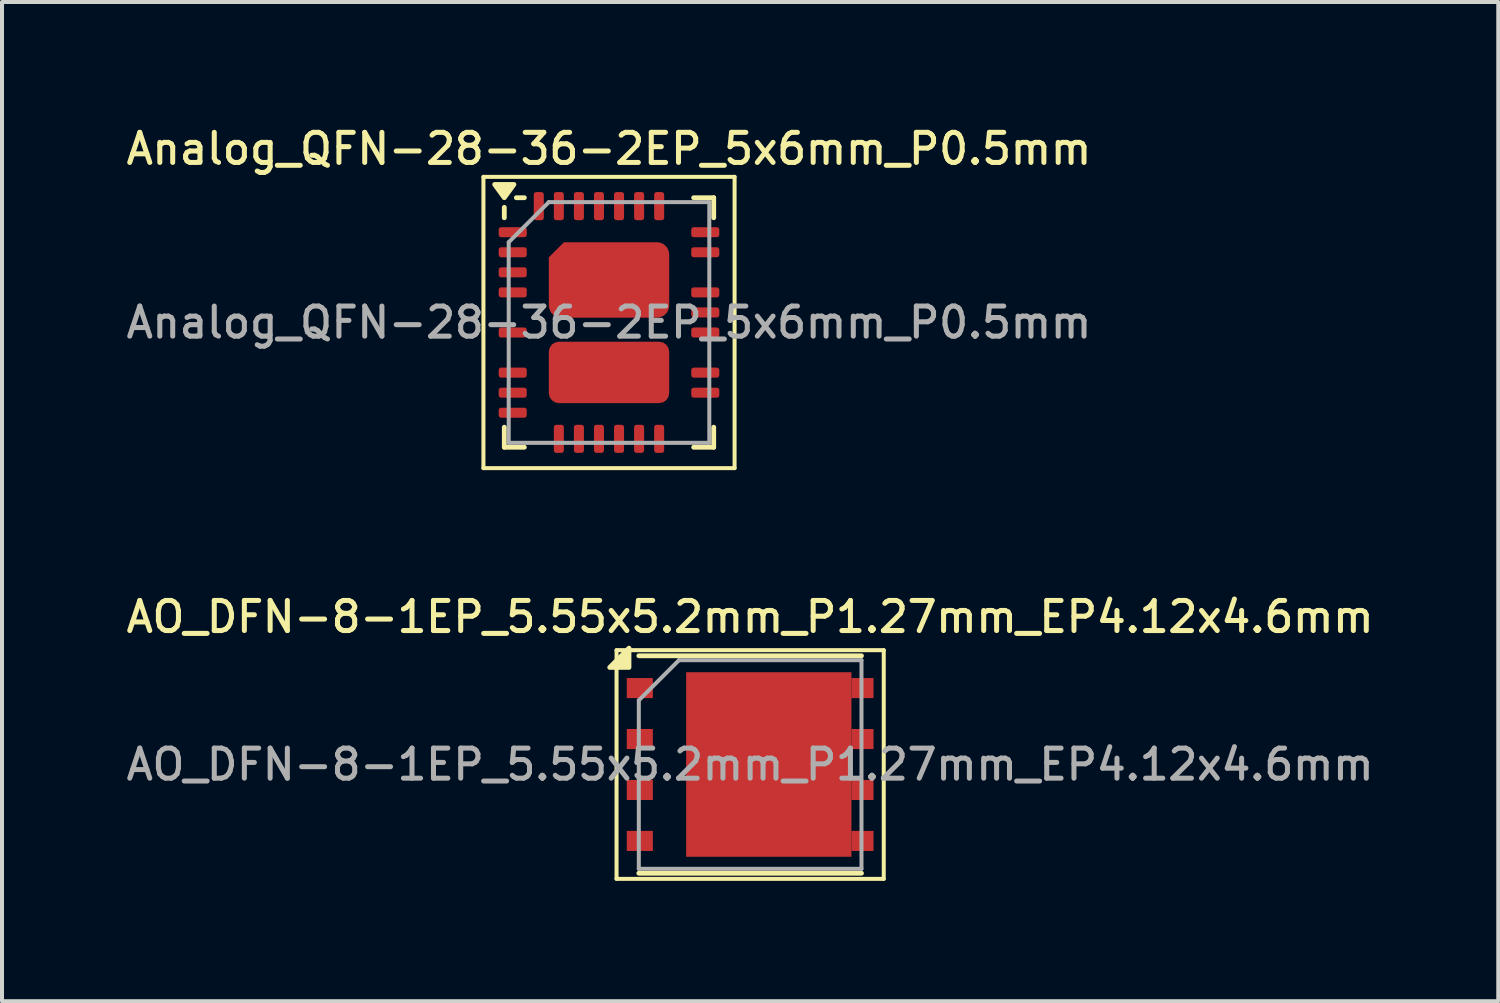
<source format=kicad_pcb>
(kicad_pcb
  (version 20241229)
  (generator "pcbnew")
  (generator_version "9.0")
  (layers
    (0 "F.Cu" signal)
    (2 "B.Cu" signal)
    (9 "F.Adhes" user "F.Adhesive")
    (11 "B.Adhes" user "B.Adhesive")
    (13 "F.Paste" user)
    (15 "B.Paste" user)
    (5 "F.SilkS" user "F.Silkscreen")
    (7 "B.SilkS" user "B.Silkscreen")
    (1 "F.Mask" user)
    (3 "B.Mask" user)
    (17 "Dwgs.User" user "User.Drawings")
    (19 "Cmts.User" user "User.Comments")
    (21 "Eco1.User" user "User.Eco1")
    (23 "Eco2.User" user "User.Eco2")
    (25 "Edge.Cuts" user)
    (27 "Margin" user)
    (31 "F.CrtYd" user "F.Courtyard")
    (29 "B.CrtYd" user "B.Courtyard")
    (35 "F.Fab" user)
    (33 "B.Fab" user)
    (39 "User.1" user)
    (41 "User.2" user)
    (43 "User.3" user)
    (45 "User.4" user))
  (footprint "Analog_QFN-28-36-2EP_5x6mm_P0.5mm"
    (layer "F.Cu")
    (at 12.13 4.988)
    (property "Reference" "Analog_QFN-28-36-2EP_5x6mm_P0.5mm" (at 0 -4.33 0) (layer "F.SilkS") (effects (font (size 0.75 0.75) (thickness 0.125))))
    (attr smd)
    (fp_line (start -3.13 -3.63) (end -3.13 3.63) (stroke (width 0.1) (type solid)) (layer "F.SilkS"))
    (fp_line (start -3.13 3.63) (end 3.13 3.63) (stroke (width 0.1) (type solid)) (layer "F.SilkS"))
    (fp_line (start -2.61 -2.61) (end -2.61 -2.87) (stroke (width 0.12) (type solid)) (layer "F.SilkS"))
    (fp_line (start -2.61 3.11) (end -2.61 2.61) (stroke (width 0.12) (type solid)) (layer "F.SilkS"))
    (fp_line (start -2.11 -3.11) (end -2.31 -3.11) (stroke (width 0.12) (type solid)) (layer "F.SilkS"))
    (fp_line (start -2.11 3.11) (end -2.61 3.11) (stroke (width 0.12) (type solid)) (layer "F.SilkS"))
    (fp_line (start 2.11 -3.11) (end 2.61 -3.11) (stroke (width 0.12) (type solid)) (layer "F.SilkS"))
    (fp_line (start 2.11 3.11) (end 2.61 3.11) (stroke (width 0.12) (type solid)) (layer "F.SilkS"))
    (fp_line (start 2.61 -3.11) (end 2.61 -2.61) (stroke (width 0.12) (type solid)) (layer "F.SilkS"))
    (fp_line (start 2.61 3.11) (end 2.61 2.61) (stroke (width 0.12) (type solid)) (layer "F.SilkS"))
    (fp_line (start 3.13 -3.63) (end -3.13 -3.63) (stroke (width 0.1) (type solid)) (layer "F.SilkS"))
    (fp_line (start 3.13 3.63) (end 3.13 -3.63) (stroke (width 0.1) (type solid)) (layer "F.SilkS"))
    (fp_poly (pts (xy -2.61 -3.11) (xy -2.85 -3.44) (xy -2.37 -3.44) (xy -2.61 -3.11)) (stroke (width 0.12) (type solid)) (fill yes) (layer "F.SilkS"))
    (fp_line (start -2.5 -2) (end -1.5 -3) (stroke (width 0.1) (type solid)) (layer "F.Fab"))
    (fp_line (start -2.5 3) (end -2.5 -2) (stroke (width 0.1) (type solid)) (layer "F.Fab"))
    (fp_line (start -1.5 -3) (end 2.5 -3) (stroke (width 0.1) (type solid)) (layer "F.Fab"))
    (fp_line (start 2.5 -3) (end 2.5 3) (stroke (width 0.1) (type solid)) (layer "F.Fab"))
    (fp_line (start 2.5 3) (end -2.5 3) (stroke (width 0.1) (type solid)) (layer "F.Fab"))
    (fp_text user "${REFERENCE}" (at 0 0 0) (layer "F.Fab") (effects (font (size 0.75 0.75) (thickness 0.125))))
    (pad "" smd roundrect (at -0.75 -1.53) (size 1.21 0.76) (layers "F.Paste") (roundrect_rratio 0.25) (chamfer_ratio 0.4) (chamfer top_left))
    (pad "" smd roundrect (at -0.75 -0.59) (size 1.21 0.76) (layers "F.Paste") (roundrect_rratio 0.25))
    (pad "" smd roundrect (at -0.748 0.875) (size 1.205 0.55) (layers "F.Paste") (roundrect_rratio 0.25))
    (pad "" smd roundrect (at -0.748 1.625) (size 1.205 0.55) (layers "F.Paste") (roundrect_rratio 0.25))
    (pad "" smd roundrect (at 0.748 0.875) (size 1.205 0.55) (layers "F.Paste") (roundrect_rratio 0.25))
    (pad "" smd roundrect (at 0.748 1.625) (size 1.205 0.55) (layers "F.Paste") (roundrect_rratio 0.25))
    (pad "" smd roundrect (at 0.75 -1.53) (size 1.21 0.76) (layers "F.Paste") (roundrect_rratio 0.25))
    (pad "" smd roundrect (at 0.75 -0.59) (size 1.21 0.76) (layers "F.Paste") (roundrect_rratio 0.25))
    (pad "1" smd roundrect (at -2.4 -2.25) (size 0.7 0.25) (layers "F.Cu" "F.Mask" "F.Paste") (roundrect_rratio 0.25))
    (pad "2" smd roundrect (at -2.4 -1.75) (size 0.7 0.25) (layers "F.Cu" "F.Mask" "F.Paste") (roundrect_rratio 0.25))
    (pad "3" smd roundrect (at -2.4 -1.25) (size 0.7 0.25) (layers "F.Cu" "F.Mask" "F.Paste") (roundrect_rratio 0.25))
    (pad "4" smd roundrect (at -2.4 -0.75) (size 0.7 0.25) (layers "F.Cu" "F.Mask" "F.Paste") (roundrect_rratio 0.25))
    (pad "6" smd roundrect (at -2.4 0.25) (size 0.7 0.25) (layers "F.Cu" "F.Mask" "F.Paste") (roundrect_rratio 0.25))
    (pad "8" smd roundrect (at -2.4 1.25) (size 0.7 0.25) (layers "F.Cu" "F.Mask" "F.Paste") (roundrect_rratio 0.25))
    (pad "9" smd roundrect (at -2.4 1.75) (size 0.7 0.25) (layers "F.Cu" "F.Mask" "F.Paste") (roundrect_rratio 0.25))
    (pad "10" smd roundrect (at -2.4 2.25) (size 0.7 0.25) (layers "F.Cu" "F.Mask" "F.Paste") (roundrect_rratio 0.25))
    (pad "12" smd roundrect (at -1.25 2.9) (size 0.25 0.7) (layers "F.Cu" "F.Mask" "F.Paste") (roundrect_rratio 0.25))
    (pad "13" smd roundrect (at -0.75 2.9) (size 0.25 0.7) (layers "F.Cu" "F.Mask" "F.Paste") (roundrect_rratio 0.25))
    (pad "14" smd roundrect (at -0.25 2.9) (size 0.25 0.7) (layers "F.Cu" "F.Mask" "F.Paste") (roundrect_rratio 0.25))
    (pad "15" smd roundrect (at 0.25 2.9) (size 0.25 0.7) (layers "F.Cu" "F.Mask" "F.Paste") (roundrect_rratio 0.25))
    (pad "16" smd roundrect (at 0.75 2.9) (size 0.25 0.7) (layers "F.Cu" "F.Mask" "F.Paste") (roundrect_rratio 0.25))
    (pad "17" smd roundrect (at 1.25 2.9) (size 0.25 0.7) (layers "F.Cu" "F.Mask" "F.Paste") (roundrect_rratio 0.25))
    (pad "20" smd roundrect (at 2.4 1.75) (size 0.7 0.25) (layers "F.Cu" "F.Mask" "F.Paste") (roundrect_rratio 0.25))
    (pad "21" smd roundrect (at 2.4 1.25) (size 0.7 0.25) (layers "F.Cu" "F.Mask" "F.Paste") (roundrect_rratio 0.25))
    (pad "23" smd roundrect (at 2.4 0.25) (size 0.7 0.25) (layers "F.Cu" "F.Mask" "F.Paste") (roundrect_rratio 0.25))
    (pad "24" smd roundrect (at 2.4 -0.25) (size 0.7 0.25) (layers "F.Cu" "F.Mask" "F.Paste") (roundrect_rratio 0.25))
    (pad "25" smd roundrect (at 2.4 -0.75) (size 0.7 0.25) (layers "F.Cu" "F.Mask" "F.Paste") (roundrect_rratio 0.25))
    (pad "27" smd roundrect (at 2.4 -1.75) (size 0.7 0.25) (layers "F.Cu" "F.Mask" "F.Paste") (roundrect_rratio 0.25))
    (pad "28" smd roundrect (at 2.4 -2.25) (size 0.7 0.25) (layers "F.Cu" "F.Mask" "F.Paste") (roundrect_rratio 0.25))
    (pad "30" smd roundrect (at 1.25 -2.9) (size 0.25 0.7) (layers "F.Cu" "F.Mask" "F.Paste") (roundrect_rratio 0.25))
    (pad "31" smd roundrect (at 0.75 -2.9) (size 0.25 0.7) (layers "F.Cu" "F.Mask" "F.Paste") (roundrect_rratio 0.25))
    (pad "32" smd roundrect (at 0.25 -2.9) (size 0.25 0.7) (layers "F.Cu" "F.Mask" "F.Paste") (roundrect_rratio 0.25))
    (pad "33" smd roundrect (at -0.25 -2.9) (size 0.25 0.7) (layers "F.Cu" "F.Mask" "F.Paste") (roundrect_rratio 0.25))
    (pad "34" smd roundrect (at -0.75 -2.9) (size 0.25 0.7) (layers "F.Cu" "F.Mask" "F.Paste") (roundrect_rratio 0.25))
    (pad "35" smd roundrect (at -1.25 -2.9) (size 0.25 0.7) (layers "F.Cu" "F.Mask" "F.Paste") (roundrect_rratio 0.25))
    (pad "36" smd roundrect (at -1.75 -2.9) (size 0.25 0.7) (layers "F.Cu" "F.Mask" "F.Paste") (roundrect_rratio 0.25))
    (pad "37" smd roundrect (at 0 -1.06) (size 3 1.88) (property pad_prop_heatsink) (layers "F.Cu" "F.Mask") (roundrect_rratio 0.16) (chamfer_ratio 0.2) (chamfer top_left))
    (pad "38" smd roundrect (at 0 1.245) (size 3 1.53) (property pad_prop_heatsink) (layers "F.Cu" "F.Mask") (roundrect_rratio 0.163)))
  (footprint "AO_DFN-8-1EP_5.55x5.2mm_P1.27mm_EP4.12x4.6mm"
    (layer "F.Cu")
    (at 15.648 16.006)
    (property "Reference" "AO_DFN-8-1EP_5.55x5.2mm_P1.27mm_EP4.12x4.6mm" (at 0 -3.68 0) (layer "F.SilkS") (effects (font (size 0.75 0.75) (thickness 0.125))))
    (attr smd)
    (fp_line (start -3.33 -2.85) (end -3.33 2.85) (stroke (width 0.1) (type solid)) (layer "F.SilkS"))
    (fp_line (start -3.33 -2.85) (end 3.33 -2.85) (stroke (width 0.1) (type solid)) (layer "F.SilkS"))
    (fp_line (start -3.33 2.85) (end 3.33 2.85) (stroke (width 0.1) (type solid)) (layer "F.SilkS"))
    (fp_line (start -2.775 -2.71) (end 2.775 -2.71) (stroke (width 0.12) (type solid)) (layer "F.SilkS"))
    (fp_line (start -2.775 2.71) (end 2.775 2.71) (stroke (width 0.12) (type solid)) (layer "F.SilkS"))
    (fp_line (start 3.33 -2.85) (end 3.33 2.85) (stroke (width 0.1) (type solid)) (layer "F.SilkS"))
    (fp_poly (pts (xy -3.02 -2.42) (xy -3.5 -2.42) (xy -3.02 -2.9) (xy -3.02 -2.42)) (stroke (width 0.12) (type solid)) (fill yes) (layer "F.SilkS"))
    (fp_line (start -2.775 2.6) (end -2.775 -1.6) (stroke (width 0.1) (type solid)) (layer "F.Fab"))
    (fp_line (start -2.775 2.6) (end 2.775 2.6) (stroke (width 0.1) (type solid)) (layer "F.Fab"))
    (fp_line (start -1.775 -2.6) (end -2.775 -1.6) (stroke (width 0.1) (type solid)) (layer "F.Fab"))
    (fp_line (start 2.775 -2.6) (end -1.775 -2.6) (stroke (width 0.1) (type solid)) (layer "F.Fab"))
    (fp_line (start 2.775 -2.6) (end 2.775 2.6) (stroke (width 0.1) (type solid)) (layer "F.Fab"))
    (fp_text user "${REFERENCE}" (at 0 0 0) (layer "F.Fab") (effects (font (size 0.75 0.75) (thickness 0.125))))
    (pad "" smd rect (at -1 -1.65 270) (size 0.9 0.78) (layers "F.Paste"))
    (pad "" smd rect (at -1 -0.55 270) (size 0.9 0.78) (layers "F.Paste"))
    (pad "" smd rect (at -1 0.55 270) (size 0.9 0.78) (layers "F.Paste"))
    (pad "" smd rect (at -1 1.65 270) (size 0.9 0.78) (layers "F.Paste"))
    (pad "" smd rect (at -0.02 -1.65 270) (size 0.9 0.78) (layers "F.Paste"))
    (pad "" smd rect (at -0.02 -0.55 270) (size 0.9 0.78) (layers "F.Paste"))
    (pad "" smd rect (at -0.02 0.55 270) (size 0.9 0.78) (layers "F.Paste"))
    (pad "" smd rect (at -0.02 1.65 270) (size 0.9 0.78) (layers "F.Paste"))
    (pad "" smd rect (at 0.96 -1.65 270) (size 0.9 0.78) (layers "F.Paste"))
    (pad "" smd rect (at 0.96 -0.55 270) (size 0.9 0.78) (layers "F.Paste"))
    (pad "" smd rect (at 0.96 0.55 270) (size 0.9 0.78) (layers "F.Paste"))
    (pad "" smd rect (at 0.96 1.65 270) (size 0.9 0.78) (layers "F.Paste"))
    (pad "" smd rect (at 1.94 -1.65 270) (size 0.9 0.78) (layers "F.Paste"))
    (pad "" smd rect (at 1.94 -0.55 270) (size 0.9 0.78) (layers "F.Paste"))
    (pad "" smd rect (at 1.94 0.55 270) (size 0.9 0.78) (layers "F.Paste"))
    (pad "" smd rect (at 1.94 1.65 270) (size 0.9 0.78) (layers "F.Paste"))
    (pad "1" smd rect (at -2.75 -1.905 270) (size 0.5 0.65) (layers "F.Cu" "F.Mask" "F.Paste"))
    (pad "2" smd rect (at -2.75 -0.635 270) (size 0.5 0.65) (layers "F.Cu" "F.Mask" "F.Paste"))
    (pad "3" smd rect (at -2.75 0.635 270) (size 0.5 0.65) (layers "F.Cu" "F.Mask" "F.Paste"))
    (pad "4" smd rect (at -2.75 1.905 270) (size 0.5 0.65) (layers "F.Cu" "F.Mask" "F.Paste"))
    (pad "5" smd rect (at 0.465 0 270) (size 4.6 4.12) (layers "F.Cu" "F.Mask"))
    (pad "5" smd rect (at 2.8 -1.905 270) (size 0.5 0.55) (layers "F.Cu" "F.Mask" "F.Paste"))
    (pad "5" smd rect (at 2.8 -0.635 270) (size 0.5 0.55) (layers "F.Cu" "F.Mask" "F.Paste"))
    (pad "5" smd rect (at 2.8 0.635 270) (size 0.5 0.55) (layers "F.Cu" "F.Mask" "F.Paste"))
    (pad "5" smd rect (at 2.8 1.905 270) (size 0.5 0.55) (layers "F.Cu" "F.Mask" "F.Paste")))
  (gr_rect
    (start -3 -3)
    (end 34.296 21.906)
    (stroke (width 0.1) (type default))
    (fill no)
    (layer "Edge.Cuts")))
</source>
